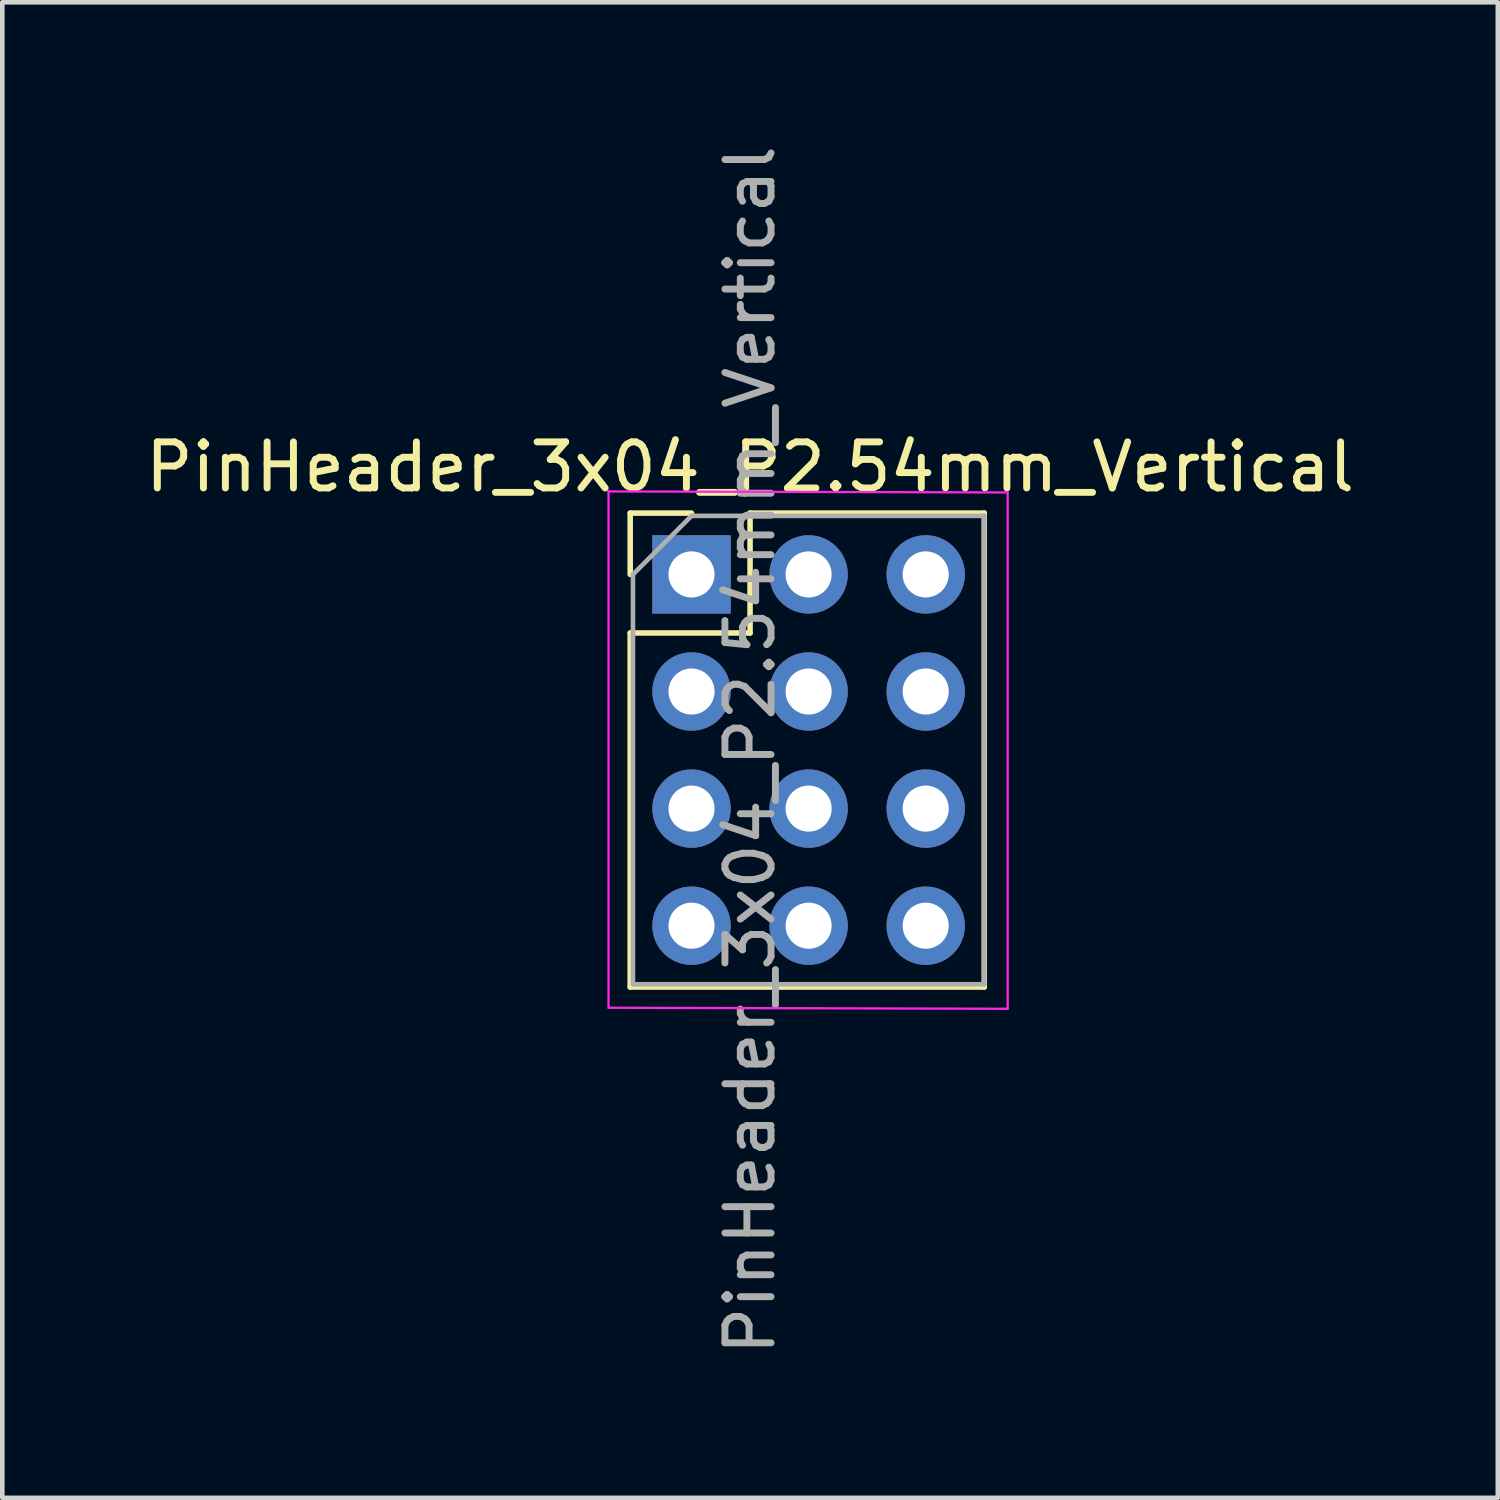
<source format=kicad_pcb>
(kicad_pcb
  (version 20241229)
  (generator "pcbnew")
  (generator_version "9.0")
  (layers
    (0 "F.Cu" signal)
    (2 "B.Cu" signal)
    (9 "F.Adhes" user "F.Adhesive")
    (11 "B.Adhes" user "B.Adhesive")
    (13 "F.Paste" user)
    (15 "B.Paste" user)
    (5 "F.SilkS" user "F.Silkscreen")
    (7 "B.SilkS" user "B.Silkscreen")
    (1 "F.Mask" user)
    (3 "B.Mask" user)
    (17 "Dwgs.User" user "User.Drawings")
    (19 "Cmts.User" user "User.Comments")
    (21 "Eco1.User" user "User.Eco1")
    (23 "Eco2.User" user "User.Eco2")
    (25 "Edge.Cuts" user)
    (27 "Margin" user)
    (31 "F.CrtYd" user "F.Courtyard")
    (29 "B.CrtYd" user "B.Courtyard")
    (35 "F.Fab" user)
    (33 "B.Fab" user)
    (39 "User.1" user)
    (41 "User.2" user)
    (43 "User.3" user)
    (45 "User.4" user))
  (footprint "PinHeader_3x04_P2.54mm_Vertical"
    (layer "F.Cu")
    (at 11.95 9.41)
    (property "Reference" "PinHeader_3x04_P2.54mm_Vertical" (at 1.27 -2.33 0) (layer "F.SilkS") (effects (font (size 1 1) (thickness 0.15))))
    (attr through_hole)
    (fp_line (start -1.33 -1.33) (end 0 -1.33) (stroke (width 0.12) (type solid)) (layer "F.SilkS"))
    (fp_line (start -1.33 0) (end -1.33 -1.33) (stroke (width 0.12) (type solid)) (layer "F.SilkS"))
    (fp_line (start -1.33 1.27) (end -1.33 8.95) (stroke (width 0.12) (type solid)) (layer "F.SilkS"))
    (fp_line (start -1.33 1.27) (end 1.27 1.27) (stroke (width 0.12) (type solid)) (layer "F.SilkS"))
    (fp_line (start -1.33 8.95) (end 6.35 8.95) (stroke (width 0.12) (type solid)) (layer "F.SilkS"))
    (fp_line (start 1.27 -1.33) (end 6.35 -1.33) (stroke (width 0.12) (type solid)) (layer "F.SilkS"))
    (fp_line (start 1.27 1.27) (end 1.27 -1.33) (stroke (width 0.12) (type solid)) (layer "F.SilkS"))
    (fp_line (start 6.35 -1.33) (end 6.35 8.95) (stroke (width 0.12) (type solid)) (layer "F.SilkS"))
    (fp_line (start -1.8 -1.8) (end -1.8 9.4) (stroke (width 0.05) (type solid)) (layer "F.CrtYd"))
    (fp_line (start -1.8 9.4) (end 6.858 9.422) (stroke (width 0.05) (type solid)) (layer "F.CrtYd"))
    (fp_line (start 6.858 -1.778) (end -1.8 -1.8) (stroke (width 0.05) (type solid)) (layer "F.CrtYd"))
    (fp_line (start 6.858 9.422) (end 6.858 -1.778) (stroke (width 0.05) (type solid)) (layer "F.CrtYd"))
    (fp_line (start -1.27 0) (end 0 -1.27) (stroke (width 0.1) (type solid)) (layer "F.Fab"))
    (fp_line (start -1.27 8.89) (end -1.27 0) (stroke (width 0.1) (type solid)) (layer "F.Fab"))
    (fp_line (start 0 -1.27) (end 6.35 -1.27) (stroke (width 0.1) (type solid)) (layer "F.Fab"))
    (fp_line (start 6.35 -1.27) (end 6.35 8.89) (stroke (width 0.1) (type solid)) (layer "F.Fab"))
    (fp_line (start 6.35 8.89) (end -1.27 8.89) (stroke (width 0.1) (type solid)) (layer "F.Fab"))
    (fp_text user "${REFERENCE}" (at 1.27 3.81 90) (layer "F.Fab") (effects (font (size 1 1) (thickness 0.15))))
    (pad "1" thru_hole rect (at 0 0) (size 1.7 1.7) (drill 1) (layers "*.Cu" "*.Mask"))
    (pad "2" thru_hole oval (at 2.54 0) (size 1.7 1.7) (drill 1) (layers "*.Cu" "*.Mask"))
    (pad "3" thru_hole oval (at 5.08 0) (size 1.7 1.7) (drill 1) (layers "*.Cu" "*.Mask"))
    (pad "4" thru_hole oval (at 0 2.54) (size 1.7 1.7) (drill 1) (layers "*.Cu" "*.Mask"))
    (pad "5" thru_hole oval (at 2.54 2.54) (size 1.7 1.7) (drill 1) (layers "*.Cu" "*.Mask"))
    (pad "6" thru_hole oval (at 5.08 2.54) (size 1.7 1.7) (drill 1) (layers "*.Cu" "*.Mask"))
    (pad "7" thru_hole oval (at 0 5.08) (size 1.7 1.7) (drill 1) (layers "*.Cu" "*.Mask"))
    (pad "8" thru_hole oval (at 2.54 5.08) (size 1.7 1.7) (drill 1) (layers "*.Cu" "*.Mask"))
    (pad "9" thru_hole oval (at 5.08 5.08) (size 1.7 1.7) (drill 1) (layers "*.Cu" "*.Mask"))
    (pad "10" thru_hole oval (at 0 7.62) (size 1.7 1.7) (drill 1) (layers "*.Cu" "*.Mask"))
    (pad "11" thru_hole oval (at 2.54 7.62) (size 1.7 1.7) (drill 1) (layers "*.Cu" "*.Mask"))
    (pad "12" thru_hole oval (at 5.08 7.62) (size 1.7 1.7) (drill 1) (layers "*.Cu" "*.Mask")))
  (gr_rect
    (start -3 -3)
    (end 29.44 29.44)
    (stroke (width 0.1) (type default))
    (fill no)
    (layer "Edge.Cuts")))
</source>
